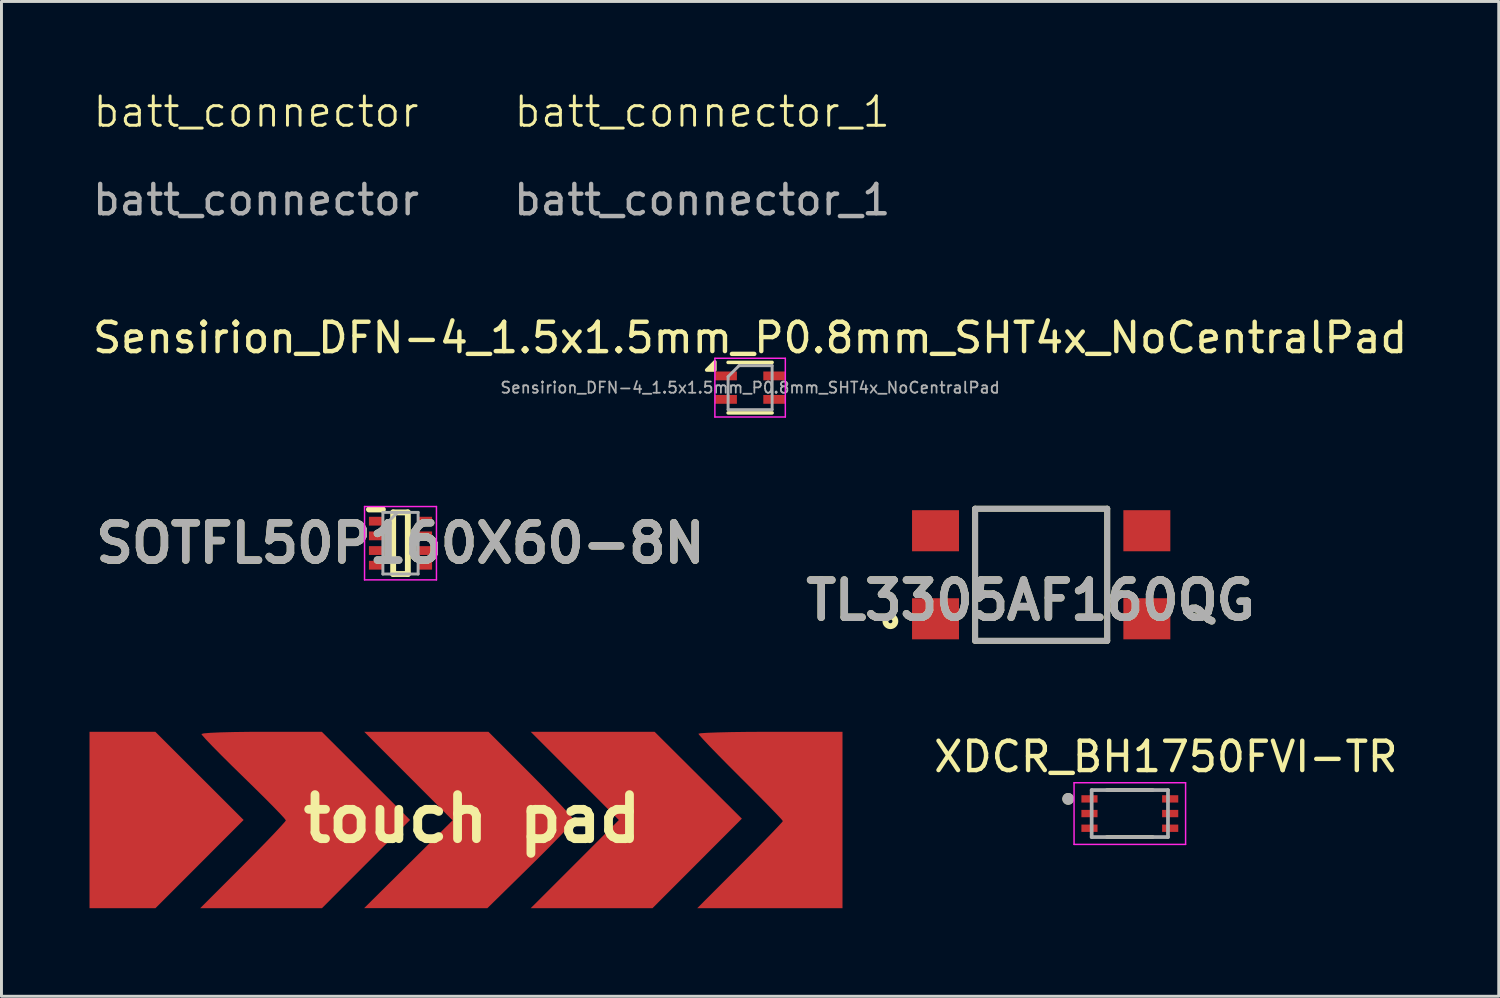
<source format=kicad_pcb>
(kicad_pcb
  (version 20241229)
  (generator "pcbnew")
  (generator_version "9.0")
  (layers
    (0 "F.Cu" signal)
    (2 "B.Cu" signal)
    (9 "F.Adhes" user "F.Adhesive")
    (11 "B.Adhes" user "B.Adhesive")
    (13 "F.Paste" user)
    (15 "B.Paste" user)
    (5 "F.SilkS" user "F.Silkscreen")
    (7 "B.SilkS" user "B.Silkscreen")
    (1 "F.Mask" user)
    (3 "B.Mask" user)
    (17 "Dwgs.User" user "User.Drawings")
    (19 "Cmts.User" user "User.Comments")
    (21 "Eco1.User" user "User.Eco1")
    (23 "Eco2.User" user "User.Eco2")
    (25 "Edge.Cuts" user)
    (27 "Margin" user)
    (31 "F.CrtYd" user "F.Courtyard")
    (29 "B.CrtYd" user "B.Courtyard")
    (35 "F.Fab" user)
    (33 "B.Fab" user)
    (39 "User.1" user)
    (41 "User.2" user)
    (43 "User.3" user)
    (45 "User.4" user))
  (footprint "batt_connector"
    (layer "F.Cu")
    (at 5.673 1.26)
    (property "Reference" "batt_connector" (at 0 -0.5 0) (unlocked yes) (layer "F.SilkS") (effects (font (size 1 1) (thickness 0.1))))
    (attr through_hole)
    (fp_text user "${REFERENCE}" (at 0 2.5 0) (unlocked yes) (layer "F.Fab") (effects (font (size 1 1) (thickness 0.15)))))
  (footprint "SOTFL50P160X60-8N"
    (layer "F.Cu")
    (at 10.595 15.457)
    (property "Reference" "SOTFL50P160X60-8N" (at 0 0 0) (layer "F.SilkS") (effects (font (size 1.27 1.27) (thickness 0.254))))
    (attr smd)
    (fp_line (start -1.075 -1.15) (end -0.6 -1.15) (stroke (width 0.2) (type solid)) (layer "F.SilkS"))
    (fp_line (start -0.25 -1.05) (end 0.25 -1.05) (stroke (width 0.2) (type solid)) (layer "F.SilkS"))
    (fp_line (start -0.25 1.05) (end -0.25 -1.05) (stroke (width 0.2) (type solid)) (layer "F.SilkS"))
    (fp_line (start 0.25 -1.05) (end 0.25 1.05) (stroke (width 0.2) (type solid)) (layer "F.SilkS"))
    (fp_line (start 0.25 1.05) (end -0.25 1.05) (stroke (width 0.2) (type solid)) (layer "F.SilkS"))
    (fp_line (start -1.225 -1.25) (end 1.225 -1.25) (stroke (width 0.05) (type solid)) (layer "F.CrtYd"))
    (fp_line (start -1.225 1.25) (end -1.225 -1.25) (stroke (width 0.05) (type solid)) (layer "F.CrtYd"))
    (fp_line (start 1.225 -1.25) (end 1.225 1.25) (stroke (width 0.05) (type solid)) (layer "F.CrtYd"))
    (fp_line (start 1.225 1.25) (end -1.225 1.25) (stroke (width 0.05) (type solid)) (layer "F.CrtYd"))
    (fp_line (start -0.6 -1.05) (end 0.6 -1.05) (stroke (width 0.1) (type solid)) (layer "F.Fab"))
    (fp_line (start -0.6 -0.55) (end -0.1 -1.05) (stroke (width 0.1) (type solid)) (layer "F.Fab"))
    (fp_line (start -0.6 1.05) (end -0.6 -1.05) (stroke (width 0.1) (type solid)) (layer "F.Fab"))
    (fp_line (start 0.6 -1.05) (end 0.6 1.05) (stroke (width 0.1) (type solid)) (layer "F.Fab"))
    (fp_line (start 0.6 1.05) (end -0.6 1.05) (stroke (width 0.1) (type solid)) (layer "F.Fab"))
    (fp_text user "${REFERENCE}" (at 0 0 0) (layer "F.Fab") (effects (font (size 1.27 1.27) (thickness 0.254))))
    (pad "1" smd rect (at -0.838 -0.75 90) (size 0.3 0.475) (layers "F.Cu" "F.Mask" "F.Paste"))
    (pad "2" smd rect (at -0.838 -0.25 90) (size 0.3 0.475) (layers "F.Cu" "F.Mask" "F.Paste"))
    (pad "3" smd rect (at -0.838 0.25 90) (size 0.3 0.475) (layers "F.Cu" "F.Mask" "F.Paste"))
    (pad "4" smd rect (at -0.838 0.75 90) (size 0.3 0.475) (layers "F.Cu" "F.Mask" "F.Paste"))
    (pad "5" smd rect (at 0.838 0.75 90) (size 0.3 0.475) (layers "F.Cu" "F.Mask" "F.Paste"))
    (pad "6" smd rect (at 0.838 0.25 90) (size 0.3 0.475) (layers "F.Cu" "F.Mask" "F.Paste"))
    (pad "7" smd rect (at 0.838 -0.25 90) (size 0.3 0.475) (layers "F.Cu" "F.Mask" "F.Paste"))
    (pad "8" smd rect (at 0.838 -0.75 90) (size 0.3 0.475) (layers "F.Cu" "F.Mask" "F.Paste")))
  (footprint "touch pad"
    (layer "F.Cu")
    (at 13.039 24.845)
    (property "Reference" "touch pad" (at 0 0 0) (layer "F.SilkS") (effects (font (size 1.5 1.5) (thickness 0.3))))
    (attr board_only exclude_from_pos_files exclude_from_bom)
    (fp_poly (pts (xy -9.293 -1.461) (xy -7.789 0.041) (xy -9.291 1.544) (xy -10.793 3.048) (xy -11.916 3.048) (xy -13.039 3.048) (xy -13.039 0.042) (xy -13.039 -2.963) (xy -11.918 -2.963) (xy -10.797 -2.963)) (stroke (width 0) (type solid)) (fill yes) (layer "F.Cu"))
    (fp_poly (pts (xy 7.7 -1.483) (xy 9.186 -0.003) (xy 7.663 1.523) (xy 6.14 3.048) (xy 4.065 3.048) (xy 1.99 3.048) (xy 3.493 1.546) (xy 4.995 0.043) (xy 3.493 -1.46) (xy 1.991 -2.963) (xy 4.102 -2.963) (xy 6.213 -2.963)) (stroke (width 0) (type solid)) (fill yes) (layer "F.Cu"))
    (fp_poly (pts (xy 2.012 -1.502) (xy 2.417 -1.093) (xy 2.779 -0.72) (xy 3.081 -0.402) (xy 3.307 -0.155) (xy 3.441 0.003) (xy 3.471 0.052) (xy 3.413 0.135) (xy 3.25 0.318) (xy 2.998 0.584) (xy 2.674 0.917) (xy 2.295 1.298) (xy 1.993 1.596) (xy 0.514 3.048) (xy -1.585 3.047) (xy -3.683 3.045) (xy -2.176 1.549) (xy -0.669 0.053) (xy -2.175 -1.455) (xy -3.681 -2.963) (xy -1.565 -2.963) (xy 0.552 -2.963)) (stroke (width 0) (type solid)) (fill yes) (layer "F.Cu"))
    (fp_poly (pts (xy 12.615 0.042) (xy 12.615 3.048) (xy 10.14 3.048) (xy 7.664 3.048) (xy 9.124 1.587) (xy 9.528 1.18) (xy 9.889 0.813) (xy 10.192 0.502) (xy 10.418 0.265) (xy 10.553 0.119) (xy 10.583 0.078) (xy 10.526 0.008) (xy 10.364 -0.165) (xy 10.115 -0.422) (xy 9.795 -0.747) (xy 9.42 -1.124) (xy 9.144 -1.399) (xy 8.742 -1.802) (xy 8.383 -2.166) (xy 8.083 -2.475) (xy 7.861 -2.711) (xy 7.731 -2.857) (xy 7.705 -2.897) (xy 7.786 -2.914) (xy 8.015 -2.929) (xy 8.372 -2.942) (xy 8.835 -2.953) (xy 9.383 -2.96) (xy 9.995 -2.963) (xy 10.16 -2.963) (xy 12.615 -2.963)) (stroke (width 0) (type solid)) (fill yes) (layer "F.Cu"))
    (fp_poly (pts (xy -3.62 -1.461) (xy -2.117 0.041) (xy -3.619 1.544) (xy -5.121 3.048) (xy -7.195 3.048) (xy -9.269 3.048) (xy -7.81 1.587) (xy -7.405 1.179) (xy -7.043 0.809) (xy -6.741 0.494) (xy -6.515 0.252) (xy -6.38 0.099) (xy -6.35 0.054) (xy -6.408 -0.022) (xy -6.572 -0.199) (xy -6.824 -0.459) (xy -7.148 -0.784) (xy -7.526 -1.157) (xy -7.789 -1.414) (xy -8.194 -1.81) (xy -8.555 -2.169) (xy -8.855 -2.473) (xy -9.077 -2.706) (xy -9.204 -2.85) (xy -9.229 -2.887) (xy -9.148 -2.909) (xy -8.919 -2.928) (xy -8.563 -2.944) (xy -8.103 -2.955) (xy -7.559 -2.962) (xy -7.176 -2.963) (xy -5.124 -2.963)) (stroke (width 0) (type solid)) (fill yes) (layer "F.Cu")))
  (footprint "XDCR_BH1750FVI-TR"
    (layer "F.Cu")
    (at 35.443 24.668)
    (property "Reference" "XDCR_BH1750FVI-TR" (at 1.227 -1.937 0) (layer "F.SilkS") (effects (font (size 1.001 1.001) (thickness 0.15))))
    (attr smd)
    (fp_line (start -0.78 0.8) (end 0.78 0.8) (stroke (width 0.127) (type solid)) (layer "F.SilkS"))
    (fp_line (start 0.78 -0.8) (end -0.78 -0.8) (stroke (width 0.127) (type solid)) (layer "F.SilkS"))
    (fp_circle (center -2.1 -0.5) (end -2 -0.5) (stroke (width 0.2) (type solid)) (fill no) (layer "F.SilkS"))
    (fp_line (start -1.9 -1.05) (end 1.9 -1.05) (stroke (width 0.05) (type solid)) (layer "F.CrtYd"))
    (fp_line (start -1.9 1.05) (end -1.9 -1.05) (stroke (width 0.05) (type solid)) (layer "F.CrtYd"))
    (fp_line (start 1.9 -1.05) (end 1.9 1.05) (stroke (width 0.05) (type solid)) (layer "F.CrtYd"))
    (fp_line (start 1.9 1.05) (end -1.9 1.05) (stroke (width 0.05) (type solid)) (layer "F.CrtYd"))
    (fp_line (start -1.3 -0.8) (end -1.3 0.8) (stroke (width 0.127) (type solid)) (layer "F.Fab"))
    (fp_line (start -1.3 0.8) (end 1.3 0.8) (stroke (width 0.127) (type solid)) (layer "F.Fab"))
    (fp_line (start 1.3 -0.8) (end -1.3 -0.8) (stroke (width 0.127) (type solid)) (layer "F.Fab"))
    (fp_line (start 1.3 0.8) (end 1.3 -0.8) (stroke (width 0.127) (type solid)) (layer "F.Fab"))
    (fp_circle (center -2.1 -0.5) (end -2 -0.5) (stroke (width 0.2) (type solid)) (fill no) (layer "F.Fab"))
    (pad "1" smd rect (at -1.375 -0.5) (size 0.55 0.25) (layers "F.Cu" "F.Mask" "F.Paste"))
    (pad "2" smd rect (at -1.375 0) (size 0.55 0.25) (layers "F.Cu" "F.Mask" "F.Paste"))
    (pad "3" smd rect (at -1.375 0.5) (size 0.55 0.25) (layers "F.Cu" "F.Mask" "F.Paste"))
    (pad "4" smd rect (at 1.375 0.5) (size 0.55 0.25) (layers "F.Cu" "F.Mask" "F.Paste"))
    (pad "5" smd rect (at 1.375 0) (size 0.55 0.25) (layers "F.Cu" "F.Mask" "F.Paste"))
    (pad "6" smd rect (at 1.375 -0.5) (size 0.55 0.25) (layers "F.Cu" "F.Mask" "F.Paste")))
  (footprint "Sensirion_DFN-4_1.5x1.5mm_P0.8mm_SHT4x_NoCentralPad"
    (layer "F.Cu")
    (at 22.506 10.157)
    (property "Reference" "Sensirion_DFN-4_1.5x1.5mm_P0.8mm_SHT4x_NoCentralPad" (at 0 -1.7 0) (layer "F.SilkS") (effects (font (size 1 1) (thickness 0.15))))
    (attr smd)
    (fp_line (start -0.75 -0.86) (end 0.75 -0.86) (stroke (width 0.12) (type solid)) (layer "F.SilkS"))
    (fp_line (start -0.75 0.86) (end 0.75 0.86) (stroke (width 0.12) (type solid)) (layer "F.SilkS"))
    (fp_poly (pts (xy -1.2 -0.6) (xy -1.48 -0.6) (xy -1.2 -0.88) (xy -1.2 -0.6)) (stroke (width 0.12) (type solid)) (fill yes) (layer "F.SilkS"))
    (fp_line (start -1.2 -1) (end -1.2 1) (stroke (width 0.05) (type solid)) (layer "F.CrtYd"))
    (fp_line (start -1.2 1) (end 1.2 1) (stroke (width 0.05) (type solid)) (layer "F.CrtYd"))
    (fp_line (start 1.2 -1) (end -1.2 -1) (stroke (width 0.05) (type solid)) (layer "F.CrtYd"))
    (fp_line (start 1.2 1) (end 1.2 -1) (stroke (width 0.05) (type solid)) (layer "F.CrtYd"))
    (fp_line (start -0.75 -0.375) (end -0.375 -0.75) (stroke (width 0.1) (type solid)) (layer "F.Fab"))
    (fp_line (start -0.75 0.75) (end -0.75 -0.375) (stroke (width 0.1) (type solid)) (layer "F.Fab"))
    (fp_line (start -0.375 -0.75) (end 0.75 -0.75) (stroke (width 0.1) (type solid)) (layer "F.Fab"))
    (fp_line (start 0.75 -0.75) (end 0.75 0.75) (stroke (width 0.1) (type solid)) (layer "F.Fab"))
    (fp_line (start 0.75 0.75) (end -0.75 0.75) (stroke (width 0.1) (type solid)) (layer "F.Fab"))
    (fp_text user "${REFERENCE}" (at 0 0 0) (layer "F.Fab") (effects (font (size 0.38 0.38) (thickness 0.06))))
    (pad "1" smd rect (at -0.825 -0.4) (size 0.75 0.3) (layers "F.Cu" "F.Mask" "F.Paste"))
    (pad "2" smd rect (at -0.825 0.4) (size 0.75 0.3) (layers "F.Cu" "F.Mask" "F.Paste"))
    (pad "3" smd rect (at 0.825 0.4) (size 0.75 0.3) (layers "F.Cu" "F.Mask" "F.Paste"))
    (pad "4" smd rect (at 0.825 -0.4) (size 0.75 0.3) (layers "F.Cu" "F.Mask" "F.Paste"))
    (zone (net_name "") (layer "F.Cu") (hatch edge 0.508) (connect_pads) (min_thickness 0.254) (filled_areas_thickness no) (keepout (tracks not_allowed) (vias not_allowed) (pads allowed) (copperpour not_allowed) (footprints allowed)) (placement (enabled no)) (fill) (polygon (pts (xy 22.956 9.607) (xy 22.956 9.907) (xy 22.956 10.407) (xy 22.956 10.707) (xy 22.956 10.907) (xy 22.056 10.907) (xy 22.056 10.707) (xy 22.056 10.407) (xy 22.056 9.907) (xy 22.056 9.607) (xy 22.056 9.407) (xy 22.956 9.407)))))
  (footprint "batt_connector_1"
    (layer "F.Cu")
    (at 20.875 1.26)
    (property "Reference" "batt_connector_1" (at 0 -0.5 0) (unlocked yes) (layer "F.SilkS") (effects (font (size 1 1) (thickness 0.1))))
    (attr through_hole)
    (fp_text user "${REFERENCE}" (at 0 2.5 0) (unlocked yes) (layer "F.Fab") (effects (font (size 1 1) (thickness 0.15)))))
  (footprint "TL3305AF160QG"
    (layer "F.Cu")
    (at 32.423 16.532)
    (property "Reference" "TL3305AF160QG" (at -0.358 0.874 0) (layer "F.SilkS") (effects (font (size 1.27 1.27) (thickness 0.254))))
    (attr smd)
    (fp_line (start -2.25 -2.25) (end 2.25 -2.25) (stroke (width 0.2) (type solid)) (layer "F.SilkS"))
    (fp_line (start -2.25 2.25) (end -2.25 -2.25) (stroke (width 0.2) (type solid)) (layer "F.SilkS"))
    (fp_line (start 2.25 -2.25) (end 2.25 2.25) (stroke (width 0.2) (type solid)) (layer "F.SilkS"))
    (fp_line (start 2.25 2.25) (end -2.25 2.25) (stroke (width 0.2) (type solid)) (layer "F.SilkS"))
    (fp_circle (center -5.138 1.583) (end -5.138 1.652) (stroke (width 0.2) (type solid)) (fill no) (layer "F.SilkS"))
    (fp_line (start -2.25 -2.25) (end 2.25 -2.25) (stroke (width 0.2) (type solid)) (layer "F.Fab"))
    (fp_line (start -2.25 2.25) (end -2.25 -2.25) (stroke (width 0.2) (type solid)) (layer "F.Fab"))
    (fp_line (start 2.25 -2.25) (end 2.25 2.25) (stroke (width 0.2) (type solid)) (layer "F.Fab"))
    (fp_line (start 2.25 2.25) (end -2.25 2.25) (stroke (width 0.2) (type solid)) (layer "F.Fab"))
    (fp_text user "${REFERENCE}" (at -0.358 0.874 0) (layer "F.Fab") (effects (font (size 1.27 1.27) (thickness 0.254))))
    (pad "1" smd rect (at -3.6 1.5 90) (size 1.4 1.6) (layers "F.Cu" "F.Mask" "F.Paste"))
    (pad "2" smd rect (at 3.6 1.5 90) (size 1.4 1.6) (layers "F.Cu" "F.Mask" "F.Paste"))
    (pad "3" smd rect (at -3.6 -1.5 90) (size 1.4 1.6) (layers "F.Cu" "F.Mask" "F.Paste"))
    (pad "4" smd rect (at 3.6 -1.5 90) (size 1.4 1.6) (layers "F.Cu" "F.Mask" "F.Paste")))
  (gr_rect
    (start -3 -3)
    (end 48.012 30.893)
    (stroke (width 0.1) (type default))
    (fill no)
    (layer "Edge.Cuts")))
</source>
